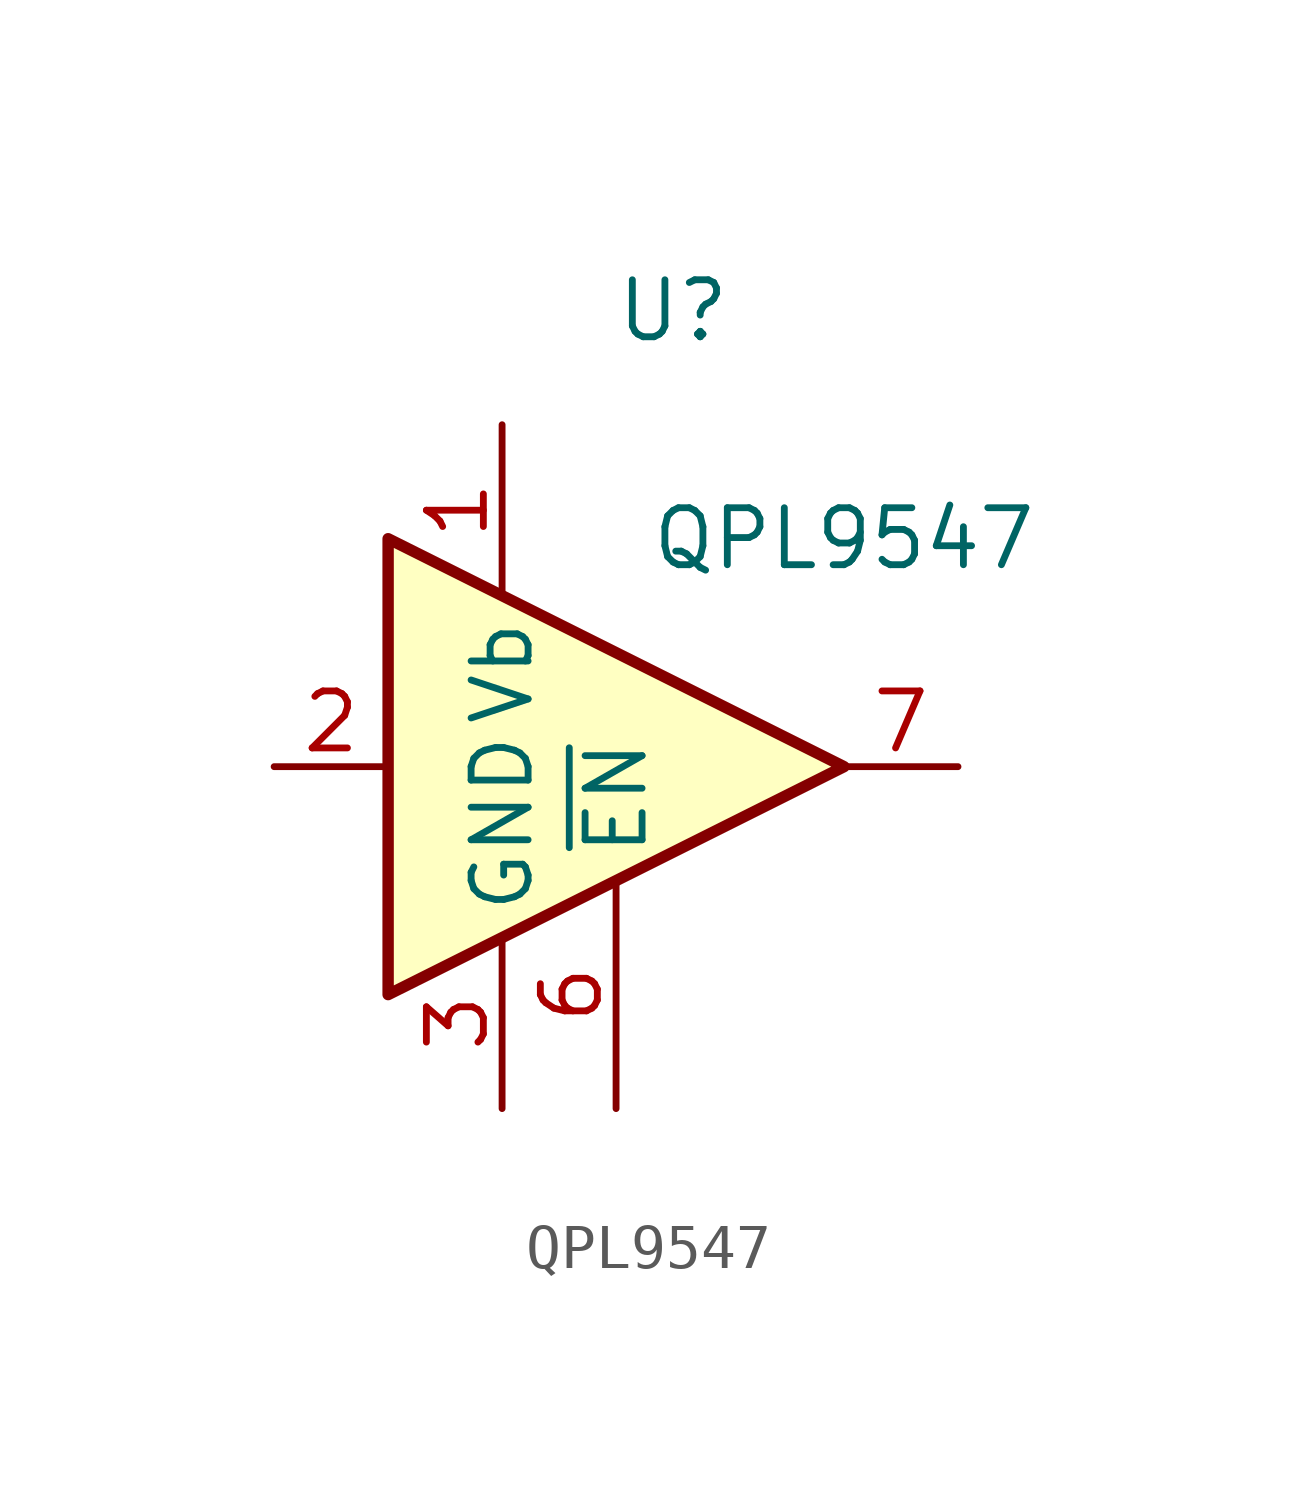
<source format=kicad_sym>
(kicad_symbol_lib
  (version 20210619)
  (generator kicad_symbol_editor)
  (symbol "RF_Amplifier:QPL9547"
    (property "Reference" "U"
      (at 1.27 10.16 0)
      (effects (font (size 1.27 1.27))))
    (property "Value" "QPL9547"
      (at 5.08 5.08 0)
      (effects (font (size 1.27 1.27))))
    (symbol "QPL9547_0_1"
      (polyline (pts (xy 5.08 0) (xy -5.08 5.08) (xy -5.08 -5.08) (xy 5.08 0)) (stroke (width 0.254)) (fill (type background))))
    (symbol "QPL9547_1_1"
      (pin power_in line (at -2.54 7.62 270) (length 3.81) (name "Vb" (effects (font (size 1.27 1.27)))) (number "1" (effects (font (size 1.27 1.27)))))
      (pin input line (at -7.62 0 0) (length 2.54) (name "~" (effects (font (size 1.27 1.27)))) (number "2" (effects (font (size 1.27 1.27)))))
      (pin power_in line (at -2.54 -7.62 90) (length 3.81) (name "GND" (effects (font (size 1.27 1.27)))) (number "3" (effects (font (size 1.27 1.27)))))
      (pin passive line (at -2.54 -7.62 90) (length 3.81) hide (name "GND" (effects (font (size 1.27 1.27)))) (number "4" (effects (font (size 1.27 1.27)))))
      (pin passive line (at -2.54 -7.62 90) (length 3.81) hide (name "GND" (effects (font (size 1.27 1.27)))) (number "5" (effects (font (size 1.27 1.27)))))
      (pin passive line (at 0 -7.62 90) (length 5.08) (name "~{EN}" (effects (font (size 1.27 1.27)))) (number "6" (effects (font (size 1.27 1.27)))))
      (pin output line (at 7.62 0 180) (length 2.54) (name "~" (effects (font (size 1.27 1.27)))) (number "7" (effects (font (size 1.27 1.27)))))
      (pin passive line (at -2.54 -7.62 90) (length 3.81) hide (name "GND" (effects (font (size 1.27 1.27)))) (number "8" (effects (font (size 1.27 1.27)))))
      (pin passive line (at -2.54 -7.62 90) (length 3.81) hide (name "GND" (effects (font (size 1.27 1.27)))) (number "9" (effects (font (size 1.27 1.27))))))))
</source>
